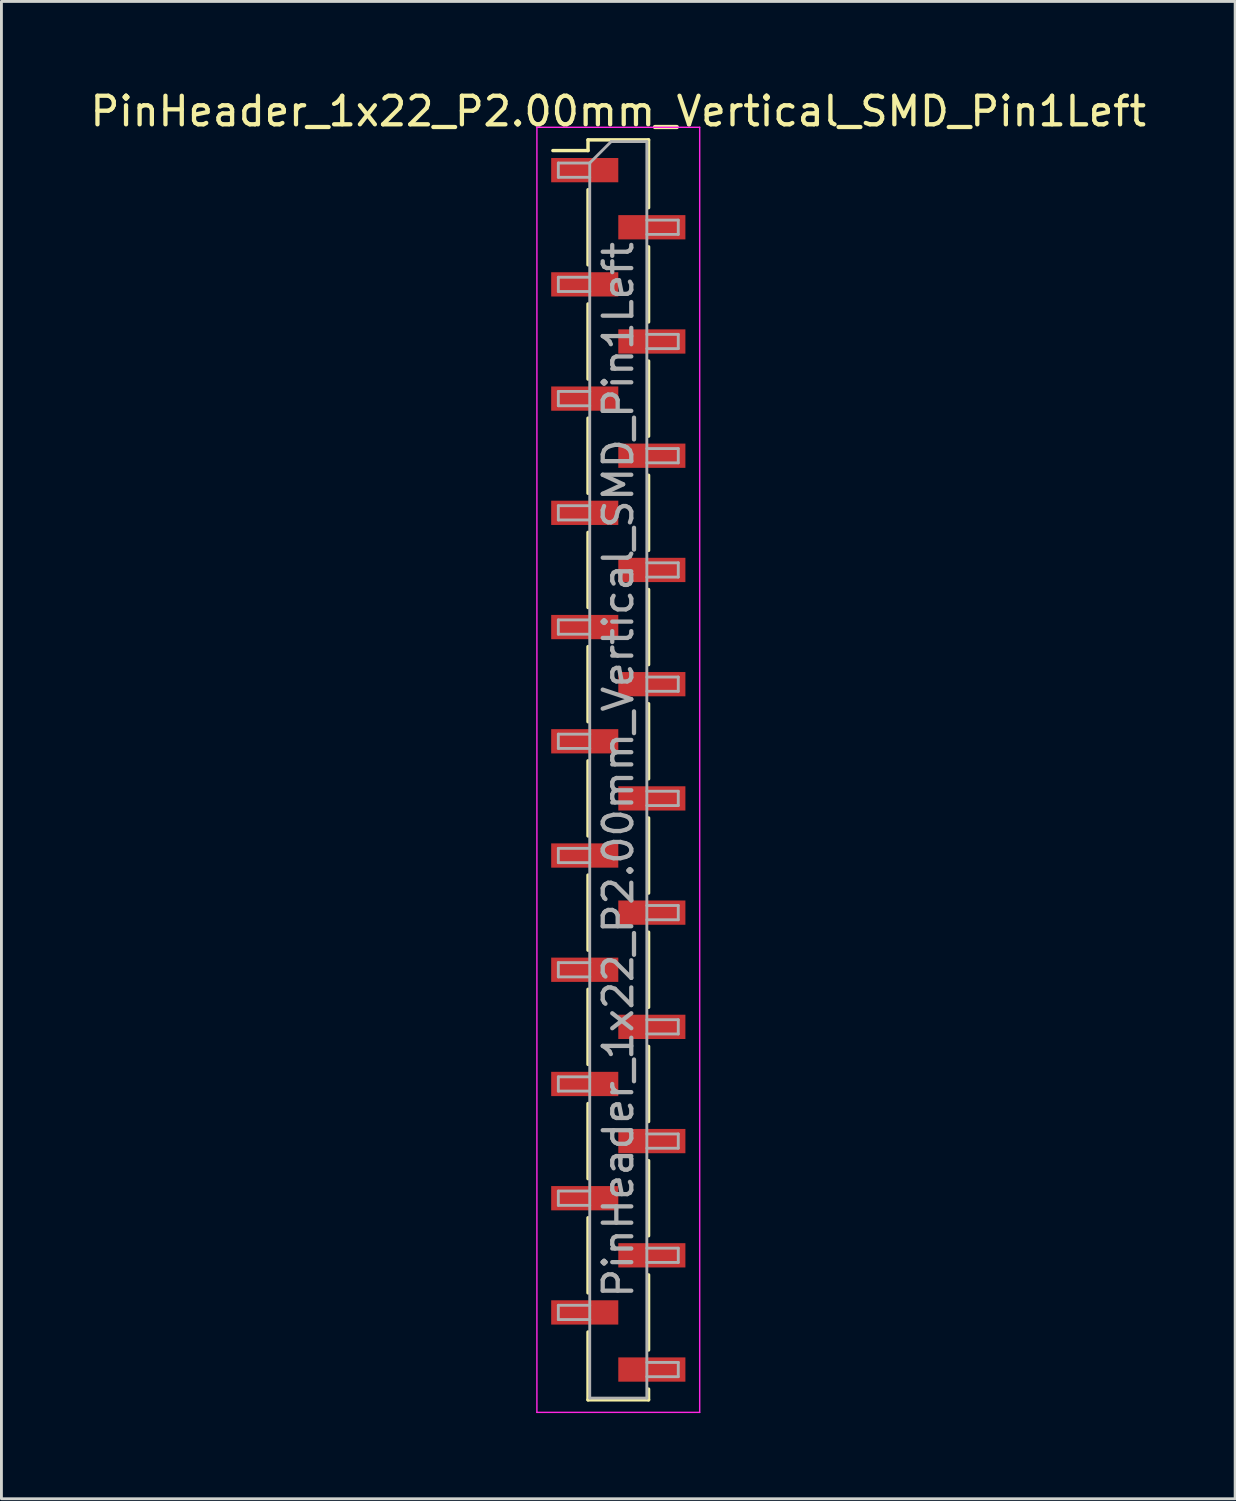
<source format=kicad_pcb>
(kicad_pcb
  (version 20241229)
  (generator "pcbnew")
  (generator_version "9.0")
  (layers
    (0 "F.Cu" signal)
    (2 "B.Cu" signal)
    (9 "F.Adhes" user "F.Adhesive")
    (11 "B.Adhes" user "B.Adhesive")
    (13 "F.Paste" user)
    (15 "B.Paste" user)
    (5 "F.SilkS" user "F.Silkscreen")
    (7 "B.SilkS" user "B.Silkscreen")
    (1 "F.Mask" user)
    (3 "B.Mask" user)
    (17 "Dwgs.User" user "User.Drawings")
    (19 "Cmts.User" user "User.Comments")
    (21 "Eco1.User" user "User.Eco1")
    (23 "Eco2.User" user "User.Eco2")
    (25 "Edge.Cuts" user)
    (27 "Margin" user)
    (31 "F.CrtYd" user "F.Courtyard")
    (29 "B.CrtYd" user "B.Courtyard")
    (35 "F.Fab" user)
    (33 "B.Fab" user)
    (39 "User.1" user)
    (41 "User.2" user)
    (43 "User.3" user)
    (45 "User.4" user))
  (footprint "PinHeader_1x22_P2.00mm_Vertical_SMD_Pin1Left"
    (layer "F.Cu")
    (at 18.601 23.908)
    (property "Reference" "PinHeader_1x22_P2.00mm_Vertical_SMD_Pin1Left" (at 0 -23.06 0) (layer "F.SilkS") (effects (font (size 1 1) (thickness 0.15))))
    (attr smd)
    (fp_line (start -1.06 -22.06) (end -1.06 -21.685) (stroke (width 0.12) (type solid)) (layer "F.SilkS"))
    (fp_line (start -1.06 -22.06) (end 1.06 -22.06) (stroke (width 0.12) (type solid)) (layer "F.SilkS"))
    (fp_line (start -1.06 -21.685) (end -2.29 -21.685) (stroke (width 0.12) (type solid)) (layer "F.SilkS"))
    (fp_line (start -1.06 -20.315) (end -1.06 -17.685) (stroke (width 0.12) (type solid)) (layer "F.SilkS"))
    (fp_line (start -1.06 -16.315) (end -1.06 -13.685) (stroke (width 0.12) (type solid)) (layer "F.SilkS"))
    (fp_line (start -1.06 -12.315) (end -1.06 -9.685) (stroke (width 0.12) (type solid)) (layer "F.SilkS"))
    (fp_line (start -1.06 -8.315) (end -1.06 -5.685) (stroke (width 0.12) (type solid)) (layer "F.SilkS"))
    (fp_line (start -1.06 -4.315) (end -1.06 -1.685) (stroke (width 0.12) (type solid)) (layer "F.SilkS"))
    (fp_line (start -1.06 -0.315) (end -1.06 2.315) (stroke (width 0.12) (type solid)) (layer "F.SilkS"))
    (fp_line (start -1.06 3.685) (end -1.06 6.315) (stroke (width 0.12) (type solid)) (layer "F.SilkS"))
    (fp_line (start -1.06 7.685) (end -1.06 10.315) (stroke (width 0.12) (type solid)) (layer "F.SilkS"))
    (fp_line (start -1.06 11.685) (end -1.06 14.315) (stroke (width 0.12) (type solid)) (layer "F.SilkS"))
    (fp_line (start -1.06 15.685) (end -1.06 18.315) (stroke (width 0.12) (type solid)) (layer "F.SilkS"))
    (fp_line (start -1.06 19.685) (end -1.06 22.06) (stroke (width 0.12) (type solid)) (layer "F.SilkS"))
    (fp_line (start -1.06 22.06) (end 1.06 22.06) (stroke (width 0.12) (type solid)) (layer "F.SilkS"))
    (fp_line (start 1.06 -22.06) (end 1.06 -19.685) (stroke (width 0.12) (type solid)) (layer "F.SilkS"))
    (fp_line (start 1.06 -18.315) (end 1.06 -15.685) (stroke (width 0.12) (type solid)) (layer "F.SilkS"))
    (fp_line (start 1.06 -14.315) (end 1.06 -11.685) (stroke (width 0.12) (type solid)) (layer "F.SilkS"))
    (fp_line (start 1.06 -10.315) (end 1.06 -7.685) (stroke (width 0.12) (type solid)) (layer "F.SilkS"))
    (fp_line (start 1.06 -6.315) (end 1.06 -3.685) (stroke (width 0.12) (type solid)) (layer "F.SilkS"))
    (fp_line (start 1.06 -2.315) (end 1.06 0.315) (stroke (width 0.12) (type solid)) (layer "F.SilkS"))
    (fp_line (start 1.06 1.685) (end 1.06 4.315) (stroke (width 0.12) (type solid)) (layer "F.SilkS"))
    (fp_line (start 1.06 5.685) (end 1.06 8.315) (stroke (width 0.12) (type solid)) (layer "F.SilkS"))
    (fp_line (start 1.06 9.685) (end 1.06 12.315) (stroke (width 0.12) (type solid)) (layer "F.SilkS"))
    (fp_line (start 1.06 13.685) (end 1.06 16.315) (stroke (width 0.12) (type solid)) (layer "F.SilkS"))
    (fp_line (start 1.06 17.685) (end 1.06 20.315) (stroke (width 0.12) (type solid)) (layer "F.SilkS"))
    (fp_line (start 1.06 21.685) (end 1.06 22.06) (stroke (width 0.12) (type solid)) (layer "F.SilkS"))
    (fp_line (start -2.85 -22.5) (end -2.85 22.5) (stroke (width 0.05) (type solid)) (layer "F.CrtYd"))
    (fp_line (start -2.85 22.5) (end 2.85 22.5) (stroke (width 0.05) (type solid)) (layer "F.CrtYd"))
    (fp_line (start 2.85 -22.5) (end -2.85 -22.5) (stroke (width 0.05) (type solid)) (layer "F.CrtYd"))
    (fp_line (start 2.85 22.5) (end 2.85 -22.5) (stroke (width 0.05) (type solid)) (layer "F.CrtYd"))
    (fp_line (start -2.1 -21.25) (end -2.1 -20.75) (stroke (width 0.1) (type solid)) (layer "F.Fab"))
    (fp_line (start -2.1 -20.75) (end -1 -20.75) (stroke (width 0.1) (type solid)) (layer "F.Fab"))
    (fp_line (start -2.1 -17.25) (end -2.1 -16.75) (stroke (width 0.1) (type solid)) (layer "F.Fab"))
    (fp_line (start -2.1 -16.75) (end -1 -16.75) (stroke (width 0.1) (type solid)) (layer "F.Fab"))
    (fp_line (start -2.1 -13.25) (end -2.1 -12.75) (stroke (width 0.1) (type solid)) (layer "F.Fab"))
    (fp_line (start -2.1 -12.75) (end -1 -12.75) (stroke (width 0.1) (type solid)) (layer "F.Fab"))
    (fp_line (start -2.1 -9.25) (end -2.1 -8.75) (stroke (width 0.1) (type solid)) (layer "F.Fab"))
    (fp_line (start -2.1 -8.75) (end -1 -8.75) (stroke (width 0.1) (type solid)) (layer "F.Fab"))
    (fp_line (start -2.1 -5.25) (end -2.1 -4.75) (stroke (width 0.1) (type solid)) (layer "F.Fab"))
    (fp_line (start -2.1 -4.75) (end -1 -4.75) (stroke (width 0.1) (type solid)) (layer "F.Fab"))
    (fp_line (start -2.1 -1.25) (end -2.1 -0.75) (stroke (width 0.1) (type solid)) (layer "F.Fab"))
    (fp_line (start -2.1 -0.75) (end -1 -0.75) (stroke (width 0.1) (type solid)) (layer "F.Fab"))
    (fp_line (start -2.1 2.75) (end -2.1 3.25) (stroke (width 0.1) (type solid)) (layer "F.Fab"))
    (fp_line (start -2.1 3.25) (end -1 3.25) (stroke (width 0.1) (type solid)) (layer "F.Fab"))
    (fp_line (start -2.1 6.75) (end -2.1 7.25) (stroke (width 0.1) (type solid)) (layer "F.Fab"))
    (fp_line (start -2.1 7.25) (end -1 7.25) (stroke (width 0.1) (type solid)) (layer "F.Fab"))
    (fp_line (start -2.1 10.75) (end -2.1 11.25) (stroke (width 0.1) (type solid)) (layer "F.Fab"))
    (fp_line (start -2.1 11.25) (end -1 11.25) (stroke (width 0.1) (type solid)) (layer "F.Fab"))
    (fp_line (start -2.1 14.75) (end -2.1 15.25) (stroke (width 0.1) (type solid)) (layer "F.Fab"))
    (fp_line (start -2.1 15.25) (end -1 15.25) (stroke (width 0.1) (type solid)) (layer "F.Fab"))
    (fp_line (start -2.1 18.75) (end -2.1 19.25) (stroke (width 0.1) (type solid)) (layer "F.Fab"))
    (fp_line (start -2.1 19.25) (end -1 19.25) (stroke (width 0.1) (type solid)) (layer "F.Fab"))
    (fp_line (start -1 -21.25) (end -2.1 -21.25) (stroke (width 0.1) (type solid)) (layer "F.Fab"))
    (fp_line (start -1 -21.25) (end -0.25 -22) (stroke (width 0.1) (type solid)) (layer "F.Fab"))
    (fp_line (start -1 -17.25) (end -2.1 -17.25) (stroke (width 0.1) (type solid)) (layer "F.Fab"))
    (fp_line (start -1 -13.25) (end -2.1 -13.25) (stroke (width 0.1) (type solid)) (layer "F.Fab"))
    (fp_line (start -1 -9.25) (end -2.1 -9.25) (stroke (width 0.1) (type solid)) (layer "F.Fab"))
    (fp_line (start -1 -5.25) (end -2.1 -5.25) (stroke (width 0.1) (type solid)) (layer "F.Fab"))
    (fp_line (start -1 -1.25) (end -2.1 -1.25) (stroke (width 0.1) (type solid)) (layer "F.Fab"))
    (fp_line (start -1 2.75) (end -2.1 2.75) (stroke (width 0.1) (type solid)) (layer "F.Fab"))
    (fp_line (start -1 6.75) (end -2.1 6.75) (stroke (width 0.1) (type solid)) (layer "F.Fab"))
    (fp_line (start -1 10.75) (end -2.1 10.75) (stroke (width 0.1) (type solid)) (layer "F.Fab"))
    (fp_line (start -1 14.75) (end -2.1 14.75) (stroke (width 0.1) (type solid)) (layer "F.Fab"))
    (fp_line (start -1 18.75) (end -2.1 18.75) (stroke (width 0.1) (type solid)) (layer "F.Fab"))
    (fp_line (start -1 22) (end -1 -21.25) (stroke (width 0.1) (type solid)) (layer "F.Fab"))
    (fp_line (start -0.25 -22) (end 1 -22) (stroke (width 0.1) (type solid)) (layer "F.Fab"))
    (fp_line (start 1 -22) (end 1 22) (stroke (width 0.1) (type solid)) (layer "F.Fab"))
    (fp_line (start 1 -19.25) (end 2.1 -19.25) (stroke (width 0.1) (type solid)) (layer "F.Fab"))
    (fp_line (start 1 -15.25) (end 2.1 -15.25) (stroke (width 0.1) (type solid)) (layer "F.Fab"))
    (fp_line (start 1 -11.25) (end 2.1 -11.25) (stroke (width 0.1) (type solid)) (layer "F.Fab"))
    (fp_line (start 1 -7.25) (end 2.1 -7.25) (stroke (width 0.1) (type solid)) (layer "F.Fab"))
    (fp_line (start 1 -3.25) (end 2.1 -3.25) (stroke (width 0.1) (type solid)) (layer "F.Fab"))
    (fp_line (start 1 0.75) (end 2.1 0.75) (stroke (width 0.1) (type solid)) (layer "F.Fab"))
    (fp_line (start 1 4.75) (end 2.1 4.75) (stroke (width 0.1) (type solid)) (layer "F.Fab"))
    (fp_line (start 1 8.75) (end 2.1 8.75) (stroke (width 0.1) (type solid)) (layer "F.Fab"))
    (fp_line (start 1 12.75) (end 2.1 12.75) (stroke (width 0.1) (type solid)) (layer "F.Fab"))
    (fp_line (start 1 16.75) (end 2.1 16.75) (stroke (width 0.1) (type solid)) (layer "F.Fab"))
    (fp_line (start 1 20.75) (end 2.1 20.75) (stroke (width 0.1) (type solid)) (layer "F.Fab"))
    (fp_line (start 1 22) (end -1 22) (stroke (width 0.1) (type solid)) (layer "F.Fab"))
    (fp_line (start 2.1 -19.25) (end 2.1 -18.75) (stroke (width 0.1) (type solid)) (layer "F.Fab"))
    (fp_line (start 2.1 -18.75) (end 1 -18.75) (stroke (width 0.1) (type solid)) (layer "F.Fab"))
    (fp_line (start 2.1 -15.25) (end 2.1 -14.75) (stroke (width 0.1) (type solid)) (layer "F.Fab"))
    (fp_line (start 2.1 -14.75) (end 1 -14.75) (stroke (width 0.1) (type solid)) (layer "F.Fab"))
    (fp_line (start 2.1 -11.25) (end 2.1 -10.75) (stroke (width 0.1) (type solid)) (layer "F.Fab"))
    (fp_line (start 2.1 -10.75) (end 1 -10.75) (stroke (width 0.1) (type solid)) (layer "F.Fab"))
    (fp_line (start 2.1 -7.25) (end 2.1 -6.75) (stroke (width 0.1) (type solid)) (layer "F.Fab"))
    (fp_line (start 2.1 -6.75) (end 1 -6.75) (stroke (width 0.1) (type solid)) (layer "F.Fab"))
    (fp_line (start 2.1 -3.25) (end 2.1 -2.75) (stroke (width 0.1) (type solid)) (layer "F.Fab"))
    (fp_line (start 2.1 -2.75) (end 1 -2.75) (stroke (width 0.1) (type solid)) (layer "F.Fab"))
    (fp_line (start 2.1 0.75) (end 2.1 1.25) (stroke (width 0.1) (type solid)) (layer "F.Fab"))
    (fp_line (start 2.1 1.25) (end 1 1.25) (stroke (width 0.1) (type solid)) (layer "F.Fab"))
    (fp_line (start 2.1 4.75) (end 2.1 5.25) (stroke (width 0.1) (type solid)) (layer "F.Fab"))
    (fp_line (start 2.1 5.25) (end 1 5.25) (stroke (width 0.1) (type solid)) (layer "F.Fab"))
    (fp_line (start 2.1 8.75) (end 2.1 9.25) (stroke (width 0.1) (type solid)) (layer "F.Fab"))
    (fp_line (start 2.1 9.25) (end 1 9.25) (stroke (width 0.1) (type solid)) (layer "F.Fab"))
    (fp_line (start 2.1 12.75) (end 2.1 13.25) (stroke (width 0.1) (type solid)) (layer "F.Fab"))
    (fp_line (start 2.1 13.25) (end 1 13.25) (stroke (width 0.1) (type solid)) (layer "F.Fab"))
    (fp_line (start 2.1 16.75) (end 2.1 17.25) (stroke (width 0.1) (type solid)) (layer "F.Fab"))
    (fp_line (start 2.1 17.25) (end 1 17.25) (stroke (width 0.1) (type solid)) (layer "F.Fab"))
    (fp_line (start 2.1 20.75) (end 2.1 21.25) (stroke (width 0.1) (type solid)) (layer "F.Fab"))
    (fp_line (start 2.1 21.25) (end 1 21.25) (stroke (width 0.1) (type solid)) (layer "F.Fab"))
    (fp_text user "${REFERENCE}" (at 0 0 90) (layer "F.Fab") (effects (font (size 1 1) (thickness 0.15))))
    (pad "1" smd rect (at -1.175 -21) (size 2.35 0.85) (layers "F.Cu" "F.Mask" "F.Paste"))
    (pad "2" smd rect (at 1.175 -19) (size 2.35 0.85) (layers "F.Cu" "F.Mask" "F.Paste"))
    (pad "3" smd rect (at -1.175 -17) (size 2.35 0.85) (layers "F.Cu" "F.Mask" "F.Paste"))
    (pad "4" smd rect (at 1.175 -15) (size 2.35 0.85) (layers "F.Cu" "F.Mask" "F.Paste"))
    (pad "5" smd rect (at -1.175 -13) (size 2.35 0.85) (layers "F.Cu" "F.Mask" "F.Paste"))
    (pad "6" smd rect (at 1.175 -11) (size 2.35 0.85) (layers "F.Cu" "F.Mask" "F.Paste"))
    (pad "7" smd rect (at -1.175 -9) (size 2.35 0.85) (layers "F.Cu" "F.Mask" "F.Paste"))
    (pad "8" smd rect (at 1.175 -7) (size 2.35 0.85) (layers "F.Cu" "F.Mask" "F.Paste"))
    (pad "9" smd rect (at -1.175 -5) (size 2.35 0.85) (layers "F.Cu" "F.Mask" "F.Paste"))
    (pad "10" smd rect (at 1.175 -3) (size 2.35 0.85) (layers "F.Cu" "F.Mask" "F.Paste"))
    (pad "11" smd rect (at -1.175 -1) (size 2.35 0.85) (layers "F.Cu" "F.Mask" "F.Paste"))
    (pad "12" smd rect (at 1.175 1) (size 2.35 0.85) (layers "F.Cu" "F.Mask" "F.Paste"))
    (pad "13" smd rect (at -1.175 3) (size 2.35 0.85) (layers "F.Cu" "F.Mask" "F.Paste"))
    (pad "14" smd rect (at 1.175 5) (size 2.35 0.85) (layers "F.Cu" "F.Mask" "F.Paste"))
    (pad "15" smd rect (at -1.175 7) (size 2.35 0.85) (layers "F.Cu" "F.Mask" "F.Paste"))
    (pad "16" smd rect (at 1.175 9) (size 2.35 0.85) (layers "F.Cu" "F.Mask" "F.Paste"))
    (pad "17" smd rect (at -1.175 11) (size 2.35 0.85) (layers "F.Cu" "F.Mask" "F.Paste"))
    (pad "18" smd rect (at 1.175 13) (size 2.35 0.85) (layers "F.Cu" "F.Mask" "F.Paste"))
    (pad "19" smd rect (at -1.175 15) (size 2.35 0.85) (layers "F.Cu" "F.Mask" "F.Paste"))
    (pad "20" smd rect (at 1.175 17) (size 2.35 0.85) (layers "F.Cu" "F.Mask" "F.Paste"))
    (pad "21" smd rect (at -1.175 19) (size 2.35 0.85) (layers "F.Cu" "F.Mask" "F.Paste"))
    (pad "22" smd rect (at 1.175 21) (size 2.35 0.85) (layers "F.Cu" "F.Mask" "F.Paste")))
  (gr_rect
    (start -3 -3)
    (end 40.202 49.433)
    (stroke (width 0.1) (type default))
    (fill no)
    (layer "Edge.Cuts")))
</source>
